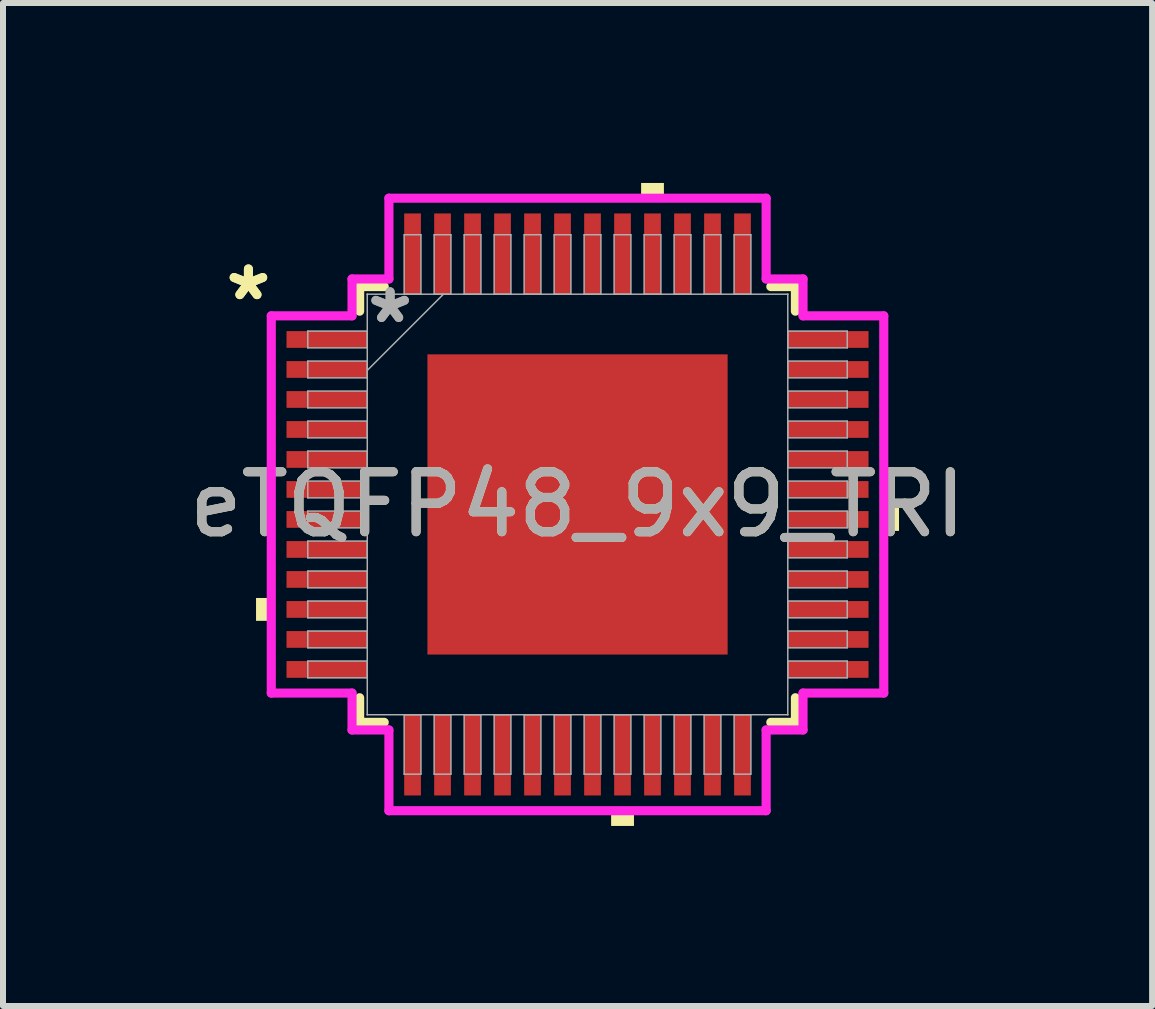
<source format=kicad_pcb>
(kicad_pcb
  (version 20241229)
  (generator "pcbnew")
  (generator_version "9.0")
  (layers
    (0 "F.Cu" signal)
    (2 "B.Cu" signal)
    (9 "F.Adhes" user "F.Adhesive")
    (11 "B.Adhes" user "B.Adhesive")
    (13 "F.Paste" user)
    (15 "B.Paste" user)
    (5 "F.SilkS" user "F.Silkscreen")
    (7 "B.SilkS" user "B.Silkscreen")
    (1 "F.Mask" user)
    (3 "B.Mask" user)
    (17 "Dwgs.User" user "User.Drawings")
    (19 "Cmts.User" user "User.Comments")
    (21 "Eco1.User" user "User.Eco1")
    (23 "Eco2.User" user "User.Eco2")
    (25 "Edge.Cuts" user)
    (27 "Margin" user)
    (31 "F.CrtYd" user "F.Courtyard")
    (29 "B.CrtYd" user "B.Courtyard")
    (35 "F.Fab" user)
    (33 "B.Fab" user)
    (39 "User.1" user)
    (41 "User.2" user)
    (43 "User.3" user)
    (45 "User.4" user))
  (footprint "eTQFP48_9x9_TRI"
    (layer "F.Cu")
    (at 6.577 5.359)
    (property "Reference" "eTQFP48_9x9_TRI" (at 0 0 0) (unlocked yes) (layer "F.SilkS") (effects (font (size 1 1) (thickness 0.15))))
    (attr smd)
    (fp_line (start -3.632 -3.632) (end -3.632 -3.222) (stroke (width 0.152) (type solid)) (layer "F.SilkS"))
    (fp_line (start -3.632 3.222) (end -3.632 3.632) (stroke (width 0.152) (type solid)) (layer "F.SilkS"))
    (fp_line (start -3.632 3.632) (end -3.222 3.632) (stroke (width 0.152) (type solid)) (layer "F.SilkS"))
    (fp_line (start -3.222 -3.632) (end -3.632 -3.632) (stroke (width 0.152) (type solid)) (layer "F.SilkS"))
    (fp_line (start 3.222 3.632) (end 3.632 3.632) (stroke (width 0.152) (type solid)) (layer "F.SilkS"))
    (fp_line (start 3.632 -3.632) (end 3.222 -3.632) (stroke (width 0.152) (type solid)) (layer "F.SilkS"))
    (fp_line (start 3.632 -3.222) (end 3.632 -3.632) (stroke (width 0.152) (type solid)) (layer "F.SilkS"))
    (fp_line (start 3.632 3.632) (end 3.632 3.222) (stroke (width 0.152) (type solid)) (layer "F.SilkS"))
    (fp_poly (pts (xy -5.359 1.559) (xy -5.359 1.94) (xy -5.105 1.94) (xy -5.105 1.559)) (stroke (width 0) (type solid)) (fill yes) (layer "F.SilkS"))
    (fp_poly (pts (xy 0.56 5.105) (xy 0.56 5.359) (xy 0.941 5.359) (xy 0.941 5.105)) (stroke (width 0) (type solid)) (fill yes) (layer "F.SilkS"))
    (fp_poly (pts (xy 1.06 -5.105) (xy 1.06 -5.359) (xy 1.44 -5.359) (xy 1.44 -5.105)) (stroke (width 0) (type solid)) (fill yes) (layer "F.SilkS"))
    (fp_poly (pts (xy 5.359 0.059) (xy 5.359 0.441) (xy 5.105 0.441) (xy 5.105 0.059)) (stroke (width 0) (type solid)) (fill yes) (layer "F.SilkS"))
    (fp_poly (pts (xy -2.402 -2.402) (xy -2.402 -0.934) (xy -0.934 -0.934) (xy -0.934 -2.402)) (stroke (width 0) (type solid)) (fill yes) (layer "F.Paste"))
    (fp_poly (pts (xy -2.402 -0.734) (xy -2.402 0.734) (xy -0.934 0.734) (xy -0.934 -0.734)) (stroke (width 0) (type solid)) (fill yes) (layer "F.Paste"))
    (fp_poly (pts (xy -2.402 0.934) (xy -2.402 2.402) (xy -0.934 2.402) (xy -0.934 0.934)) (stroke (width 0) (type solid)) (fill yes) (layer "F.Paste"))
    (fp_poly (pts (xy -0.734 -2.402) (xy -0.734 -0.934) (xy 0.734 -0.934) (xy 0.734 -2.402)) (stroke (width 0) (type solid)) (fill yes) (layer "F.Paste"))
    (fp_poly (pts (xy -0.734 -0.734) (xy -0.734 0.734) (xy 0.734 0.734) (xy 0.734 -0.734)) (stroke (width 0) (type solid)) (fill yes) (layer "F.Paste"))
    (fp_poly (pts (xy -0.734 0.934) (xy -0.734 2.402) (xy 0.734 2.402) (xy 0.734 0.934)) (stroke (width 0) (type solid)) (fill yes) (layer "F.Paste"))
    (fp_poly (pts (xy 0.934 -2.402) (xy 0.934 -0.934) (xy 2.402 -0.934) (xy 2.402 -2.402)) (stroke (width 0) (type solid)) (fill yes) (layer "F.Paste"))
    (fp_poly (pts (xy 0.934 -0.734) (xy 0.934 0.734) (xy 2.402 0.734) (xy 2.402 -0.734)) (stroke (width 0) (type solid)) (fill yes) (layer "F.Paste"))
    (fp_poly (pts (xy 0.934 0.934) (xy 0.934 2.402) (xy 2.402 2.402) (xy 2.402 0.934)) (stroke (width 0) (type solid)) (fill yes) (layer "F.Paste"))
    (fp_line (start -5.105 -3.144) (end -3.759 -3.144) (stroke (width 0.152) (type solid)) (layer "F.CrtYd"))
    (fp_line (start -5.105 3.144) (end -5.105 -3.144) (stroke (width 0.152) (type solid)) (layer "F.CrtYd"))
    (fp_line (start -3.759 -3.759) (end -3.144 -3.759) (stroke (width 0.152) (type solid)) (layer "F.CrtYd"))
    (fp_line (start -3.759 -3.144) (end -3.759 -3.759) (stroke (width 0.152) (type solid)) (layer "F.CrtYd"))
    (fp_line (start -3.759 3.144) (end -5.105 3.144) (stroke (width 0.152) (type solid)) (layer "F.CrtYd"))
    (fp_line (start -3.759 3.759) (end -3.759 3.144) (stroke (width 0.152) (type solid)) (layer "F.CrtYd"))
    (fp_line (start -3.759 3.759) (end -3.144 3.759) (stroke (width 0.152) (type solid)) (layer "F.CrtYd"))
    (fp_line (start -3.144 -5.105) (end 3.144 -5.105) (stroke (width 0.152) (type solid)) (layer "F.CrtYd"))
    (fp_line (start -3.144 -3.759) (end -3.144 -5.105) (stroke (width 0.152) (type solid)) (layer "F.CrtYd"))
    (fp_line (start -3.144 3.759) (end -3.144 5.105) (stroke (width 0.152) (type solid)) (layer "F.CrtYd"))
    (fp_line (start -3.144 5.105) (end 3.144 5.105) (stroke (width 0.152) (type solid)) (layer "F.CrtYd"))
    (fp_line (start 3.144 -5.105) (end 3.144 -3.759) (stroke (width 0.152) (type solid)) (layer "F.CrtYd"))
    (fp_line (start 3.144 -3.759) (end 3.759 -3.759) (stroke (width 0.152) (type solid)) (layer "F.CrtYd"))
    (fp_line (start 3.144 3.759) (end 3.759 3.759) (stroke (width 0.152) (type solid)) (layer "F.CrtYd"))
    (fp_line (start 3.144 5.105) (end 3.144 3.759) (stroke (width 0.152) (type solid)) (layer "F.CrtYd"))
    (fp_line (start 3.759 -3.144) (end 3.759 -3.759) (stroke (width 0.152) (type solid)) (layer "F.CrtYd"))
    (fp_line (start 3.759 3.144) (end 5.105 3.144) (stroke (width 0.152) (type solid)) (layer "F.CrtYd"))
    (fp_line (start 3.759 3.759) (end 3.759 3.144) (stroke (width 0.152) (type solid)) (layer "F.CrtYd"))
    (fp_line (start 5.105 -3.144) (end 3.759 -3.144) (stroke (width 0.152) (type solid)) (layer "F.CrtYd"))
    (fp_line (start 5.105 3.144) (end 5.105 -3.144) (stroke (width 0.152) (type solid)) (layer "F.CrtYd"))
    (fp_line (start -4.496 -2.89) (end -4.496 -2.61) (stroke (width 0.025) (type solid)) (layer "F.Fab"))
    (fp_line (start -4.496 -2.61) (end -3.505 -2.61) (stroke (width 0.025) (type solid)) (layer "F.Fab"))
    (fp_line (start -4.496 -2.39) (end -4.496 -2.11) (stroke (width 0.025) (type solid)) (layer "F.Fab"))
    (fp_line (start -4.496 -2.11) (end -3.505 -2.11) (stroke (width 0.025) (type solid)) (layer "F.Fab"))
    (fp_line (start -4.496 -1.89) (end -4.496 -1.61) (stroke (width 0.025) (type solid)) (layer "F.Fab"))
    (fp_line (start -4.496 -1.61) (end -3.505 -1.61) (stroke (width 0.025) (type solid)) (layer "F.Fab"))
    (fp_line (start -4.496 -1.39) (end -4.496 -1.11) (stroke (width 0.025) (type solid)) (layer "F.Fab"))
    (fp_line (start -4.496 -1.11) (end -3.505 -1.11) (stroke (width 0.025) (type solid)) (layer "F.Fab"))
    (fp_line (start -4.496 -0.89) (end -4.496 -0.61) (stroke (width 0.025) (type solid)) (layer "F.Fab"))
    (fp_line (start -4.496 -0.61) (end -3.505 -0.61) (stroke (width 0.025) (type solid)) (layer "F.Fab"))
    (fp_line (start -4.496 -0.39) (end -4.496 -0.11) (stroke (width 0.025) (type solid)) (layer "F.Fab"))
    (fp_line (start -4.496 -0.11) (end -3.505 -0.11) (stroke (width 0.025) (type solid)) (layer "F.Fab"))
    (fp_line (start -4.496 0.11) (end -4.496 0.39) (stroke (width 0.025) (type solid)) (layer "F.Fab"))
    (fp_line (start -4.496 0.39) (end -3.505 0.39) (stroke (width 0.025) (type solid)) (layer "F.Fab"))
    (fp_line (start -4.496 0.61) (end -4.496 0.89) (stroke (width 0.025) (type solid)) (layer "F.Fab"))
    (fp_line (start -4.496 0.89) (end -3.505 0.89) (stroke (width 0.025) (type solid)) (layer "F.Fab"))
    (fp_line (start -4.496 1.11) (end -4.496 1.39) (stroke (width 0.025) (type solid)) (layer "F.Fab"))
    (fp_line (start -4.496 1.39) (end -3.505 1.39) (stroke (width 0.025) (type solid)) (layer "F.Fab"))
    (fp_line (start -4.496 1.61) (end -4.496 1.89) (stroke (width 0.025) (type solid)) (layer "F.Fab"))
    (fp_line (start -4.496 1.89) (end -3.505 1.89) (stroke (width 0.025) (type solid)) (layer "F.Fab"))
    (fp_line (start -4.496 2.11) (end -4.496 2.39) (stroke (width 0.025) (type solid)) (layer "F.Fab"))
    (fp_line (start -4.496 2.39) (end -3.505 2.39) (stroke (width 0.025) (type solid)) (layer "F.Fab"))
    (fp_line (start -4.496 2.61) (end -4.496 2.89) (stroke (width 0.025) (type solid)) (layer "F.Fab"))
    (fp_line (start -4.496 2.89) (end -3.505 2.89) (stroke (width 0.025) (type solid)) (layer "F.Fab"))
    (fp_line (start -3.505 -3.505) (end -3.505 -3.505) (stroke (width 0.025) (type solid)) (layer "F.Fab"))
    (fp_line (start -3.505 -3.505) (end -3.505 3.505) (stroke (width 0.025) (type solid)) (layer "F.Fab"))
    (fp_line (start -3.505 -2.89) (end -4.496 -2.89) (stroke (width 0.025) (type solid)) (layer "F.Fab"))
    (fp_line (start -3.505 -2.61) (end -3.505 -2.89) (stroke (width 0.025) (type solid)) (layer "F.Fab"))
    (fp_line (start -3.505 -2.39) (end -4.496 -2.39) (stroke (width 0.025) (type solid)) (layer "F.Fab"))
    (fp_line (start -3.505 -2.235) (end -2.235 -3.505) (stroke (width 0.025) (type solid)) (layer "F.Fab"))
    (fp_line (start -3.505 -2.11) (end -3.505 -2.39) (stroke (width 0.025) (type solid)) (layer "F.Fab"))
    (fp_line (start -3.505 -1.89) (end -4.496 -1.89) (stroke (width 0.025) (type solid)) (layer "F.Fab"))
    (fp_line (start -3.505 -1.61) (end -3.505 -1.89) (stroke (width 0.025) (type solid)) (layer "F.Fab"))
    (fp_line (start -3.505 -1.39) (end -4.496 -1.39) (stroke (width 0.025) (type solid)) (layer "F.Fab"))
    (fp_line (start -3.505 -1.11) (end -3.505 -1.39) (stroke (width 0.025) (type solid)) (layer "F.Fab"))
    (fp_line (start -3.505 -0.89) (end -4.496 -0.89) (stroke (width 0.025) (type solid)) (layer "F.Fab"))
    (fp_line (start -3.505 -0.61) (end -3.505 -0.89) (stroke (width 0.025) (type solid)) (layer "F.Fab"))
    (fp_line (start -3.505 -0.39) (end -4.496 -0.39) (stroke (width 0.025) (type solid)) (layer "F.Fab"))
    (fp_line (start -3.505 -0.11) (end -3.505 -0.39) (stroke (width 0.025) (type solid)) (layer "F.Fab"))
    (fp_line (start -3.505 0.11) (end -4.496 0.11) (stroke (width 0.025) (type solid)) (layer "F.Fab"))
    (fp_line (start -3.505 0.39) (end -3.505 0.11) (stroke (width 0.025) (type solid)) (layer "F.Fab"))
    (fp_line (start -3.505 0.61) (end -4.496 0.61) (stroke (width 0.025) (type solid)) (layer "F.Fab"))
    (fp_line (start -3.505 0.89) (end -3.505 0.61) (stroke (width 0.025) (type solid)) (layer "F.Fab"))
    (fp_line (start -3.505 1.11) (end -4.496 1.11) (stroke (width 0.025) (type solid)) (layer "F.Fab"))
    (fp_line (start -3.505 1.39) (end -3.505 1.11) (stroke (width 0.025) (type solid)) (layer "F.Fab"))
    (fp_line (start -3.505 1.61) (end -4.496 1.61) (stroke (width 0.025) (type solid)) (layer "F.Fab"))
    (fp_line (start -3.505 1.89) (end -3.505 1.61) (stroke (width 0.025) (type solid)) (layer "F.Fab"))
    (fp_line (start -3.505 2.11) (end -4.496 2.11) (stroke (width 0.025) (type solid)) (layer "F.Fab"))
    (fp_line (start -3.505 2.39) (end -3.505 2.11) (stroke (width 0.025) (type solid)) (layer "F.Fab"))
    (fp_line (start -3.505 2.61) (end -4.496 2.61) (stroke (width 0.025) (type solid)) (layer "F.Fab"))
    (fp_line (start -3.505 2.89) (end -3.505 2.61) (stroke (width 0.025) (type solid)) (layer "F.Fab"))
    (fp_line (start -3.505 3.505) (end -3.505 3.505) (stroke (width 0.025) (type solid)) (layer "F.Fab"))
    (fp_line (start -3.505 3.505) (end 3.505 3.505) (stroke (width 0.025) (type solid)) (layer "F.Fab"))
    (fp_line (start -2.89 -4.496) (end -2.89 -3.505) (stroke (width 0.025) (type solid)) (layer "F.Fab"))
    (fp_line (start -2.89 -3.505) (end -2.61 -3.505) (stroke (width 0.025) (type solid)) (layer "F.Fab"))
    (fp_line (start -2.89 3.505) (end -2.89 4.496) (stroke (width 0.025) (type solid)) (layer "F.Fab"))
    (fp_line (start -2.89 4.496) (end -2.61 4.496) (stroke (width 0.025) (type solid)) (layer "F.Fab"))
    (fp_line (start -2.61 -4.496) (end -2.89 -4.496) (stroke (width 0.025) (type solid)) (layer "F.Fab"))
    (fp_line (start -2.61 -3.505) (end -2.61 -4.496) (stroke (width 0.025) (type solid)) (layer "F.Fab"))
    (fp_line (start -2.61 3.505) (end -2.89 3.505) (stroke (width 0.025) (type solid)) (layer "F.Fab"))
    (fp_line (start -2.61 4.496) (end -2.61 3.505) (stroke (width 0.025) (type solid)) (layer "F.Fab"))
    (fp_line (start -2.39 -4.496) (end -2.39 -3.505) (stroke (width 0.025) (type solid)) (layer "F.Fab"))
    (fp_line (start -2.39 -3.505) (end -2.11 -3.505) (stroke (width 0.025) (type solid)) (layer "F.Fab"))
    (fp_line (start -2.39 3.505) (end -2.39 4.496) (stroke (width 0.025) (type solid)) (layer "F.Fab"))
    (fp_line (start -2.39 4.496) (end -2.11 4.496) (stroke (width 0.025) (type solid)) (layer "F.Fab"))
    (fp_line (start -2.11 -4.496) (end -2.39 -4.496) (stroke (width 0.025) (type solid)) (layer "F.Fab"))
    (fp_line (start -2.11 -3.505) (end -2.11 -4.496) (stroke (width 0.025) (type solid)) (layer "F.Fab"))
    (fp_line (start -2.11 3.505) (end -2.39 3.505) (stroke (width 0.025) (type solid)) (layer "F.Fab"))
    (fp_line (start -2.11 4.496) (end -2.11 3.505) (stroke (width 0.025) (type solid)) (layer "F.Fab"))
    (fp_line (start -1.89 -4.496) (end -1.89 -3.505) (stroke (width 0.025) (type solid)) (layer "F.Fab"))
    (fp_line (start -1.89 -3.505) (end -1.61 -3.505) (stroke (width 0.025) (type solid)) (layer "F.Fab"))
    (fp_line (start -1.89 3.505) (end -1.89 4.496) (stroke (width 0.025) (type solid)) (layer "F.Fab"))
    (fp_line (start -1.89 4.496) (end -1.61 4.496) (stroke (width 0.025) (type solid)) (layer "F.Fab"))
    (fp_line (start -1.61 -4.496) (end -1.89 -4.496) (stroke (width 0.025) (type solid)) (layer "F.Fab"))
    (fp_line (start -1.61 -3.505) (end -1.61 -4.496) (stroke (width 0.025) (type solid)) (layer "F.Fab"))
    (fp_line (start -1.61 3.505) (end -1.89 3.505) (stroke (width 0.025) (type solid)) (layer "F.Fab"))
    (fp_line (start -1.61 4.496) (end -1.61 3.505) (stroke (width 0.025) (type solid)) (layer "F.Fab"))
    (fp_line (start -1.39 -4.496) (end -1.39 -3.505) (stroke (width 0.025) (type solid)) (layer "F.Fab"))
    (fp_line (start -1.39 -3.505) (end -1.11 -3.505) (stroke (width 0.025) (type solid)) (layer "F.Fab"))
    (fp_line (start -1.39 3.505) (end -1.39 4.496) (stroke (width 0.025) (type solid)) (layer "F.Fab"))
    (fp_line (start -1.39 4.496) (end -1.11 4.496) (stroke (width 0.025) (type solid)) (layer "F.Fab"))
    (fp_line (start -1.11 -4.496) (end -1.39 -4.496) (stroke (width 0.025) (type solid)) (layer "F.Fab"))
    (fp_line (start -1.11 -3.505) (end -1.11 -4.496) (stroke (width 0.025) (type solid)) (layer "F.Fab"))
    (fp_line (start -1.11 3.505) (end -1.39 3.505) (stroke (width 0.025) (type solid)) (layer "F.Fab"))
    (fp_line (start -1.11 4.496) (end -1.11 3.505) (stroke (width 0.025) (type solid)) (layer "F.Fab"))
    (fp_line (start -0.89 -4.496) (end -0.89 -3.505) (stroke (width 0.025) (type solid)) (layer "F.Fab"))
    (fp_line (start -0.89 -3.505) (end -0.61 -3.505) (stroke (width 0.025) (type solid)) (layer "F.Fab"))
    (fp_line (start -0.89 3.505) (end -0.89 4.496) (stroke (width 0.025) (type solid)) (layer "F.Fab"))
    (fp_line (start -0.89 4.496) (end -0.61 4.496) (stroke (width 0.025) (type solid)) (layer "F.Fab"))
    (fp_line (start -0.61 -4.496) (end -0.89 -4.496) (stroke (width 0.025) (type solid)) (layer "F.Fab"))
    (fp_line (start -0.61 -3.505) (end -0.61 -4.496) (stroke (width 0.025) (type solid)) (layer "F.Fab"))
    (fp_line (start -0.61 3.505) (end -0.89 3.505) (stroke (width 0.025) (type solid)) (layer "F.Fab"))
    (fp_line (start -0.61 4.496) (end -0.61 3.505) (stroke (width 0.025) (type solid)) (layer "F.Fab"))
    (fp_line (start -0.39 -4.496) (end -0.39 -3.505) (stroke (width 0.025) (type solid)) (layer "F.Fab"))
    (fp_line (start -0.39 -3.505) (end -0.11 -3.505) (stroke (width 0.025) (type solid)) (layer "F.Fab"))
    (fp_line (start -0.39 3.505) (end -0.39 4.496) (stroke (width 0.025) (type solid)) (layer "F.Fab"))
    (fp_line (start -0.39 4.496) (end -0.11 4.496) (stroke (width 0.025) (type solid)) (layer "F.Fab"))
    (fp_line (start -0.11 -4.496) (end -0.39 -4.496) (stroke (width 0.025) (type solid)) (layer "F.Fab"))
    (fp_line (start -0.11 -3.505) (end -0.11 -4.496) (stroke (width 0.025) (type solid)) (layer "F.Fab"))
    (fp_line (start -0.11 3.505) (end -0.39 3.505) (stroke (width 0.025) (type solid)) (layer "F.Fab"))
    (fp_line (start -0.11 4.496) (end -0.11 3.505) (stroke (width 0.025) (type solid)) (layer "F.Fab"))
    (fp_line (start 0.11 -4.496) (end 0.11 -3.505) (stroke (width 0.025) (type solid)) (layer "F.Fab"))
    (fp_line (start 0.11 -3.505) (end 0.39 -3.505) (stroke (width 0.025) (type solid)) (layer "F.Fab"))
    (fp_line (start 0.11 3.505) (end 0.11 4.496) (stroke (width 0.025) (type solid)) (layer "F.Fab"))
    (fp_line (start 0.11 4.496) (end 0.39 4.496) (stroke (width 0.025) (type solid)) (layer "F.Fab"))
    (fp_line (start 0.39 -4.496) (end 0.11 -4.496) (stroke (width 0.025) (type solid)) (layer "F.Fab"))
    (fp_line (start 0.39 -3.505) (end 0.39 -4.496) (stroke (width 0.025) (type solid)) (layer "F.Fab"))
    (fp_line (start 0.39 3.505) (end 0.11 3.505) (stroke (width 0.025) (type solid)) (layer "F.Fab"))
    (fp_line (start 0.39 4.496) (end 0.39 3.505) (stroke (width 0.025) (type solid)) (layer "F.Fab"))
    (fp_line (start 0.61 -4.496) (end 0.61 -3.505) (stroke (width 0.025) (type solid)) (layer "F.Fab"))
    (fp_line (start 0.61 -3.505) (end 0.89 -3.505) (stroke (width 0.025) (type solid)) (layer "F.Fab"))
    (fp_line (start 0.61 3.505) (end 0.61 4.496) (stroke (width 0.025) (type solid)) (layer "F.Fab"))
    (fp_line (start 0.61 4.496) (end 0.89 4.496) (stroke (width 0.025) (type solid)) (layer "F.Fab"))
    (fp_line (start 0.89 -4.496) (end 0.61 -4.496) (stroke (width 0.025) (type solid)) (layer "F.Fab"))
    (fp_line (start 0.89 -3.505) (end 0.89 -4.496) (stroke (width 0.025) (type solid)) (layer "F.Fab"))
    (fp_line (start 0.89 3.505) (end 0.61 3.505) (stroke (width 0.025) (type solid)) (layer "F.Fab"))
    (fp_line (start 0.89 4.496) (end 0.89 3.505) (stroke (width 0.025) (type solid)) (layer "F.Fab"))
    (fp_line (start 1.11 -4.496) (end 1.11 -3.505) (stroke (width 0.025) (type solid)) (layer "F.Fab"))
    (fp_line (start 1.11 -3.505) (end 1.39 -3.505) (stroke (width 0.025) (type solid)) (layer "F.Fab"))
    (fp_line (start 1.11 3.505) (end 1.11 4.496) (stroke (width 0.025) (type solid)) (layer "F.Fab"))
    (fp_line (start 1.11 4.496) (end 1.39 4.496) (stroke (width 0.025) (type solid)) (layer "F.Fab"))
    (fp_line (start 1.39 -4.496) (end 1.11 -4.496) (stroke (width 0.025) (type solid)) (layer "F.Fab"))
    (fp_line (start 1.39 -3.505) (end 1.39 -4.496) (stroke (width 0.025) (type solid)) (layer "F.Fab"))
    (fp_line (start 1.39 3.505) (end 1.11 3.505) (stroke (width 0.025) (type solid)) (layer "F.Fab"))
    (fp_line (start 1.39 4.496) (end 1.39 3.505) (stroke (width 0.025) (type solid)) (layer "F.Fab"))
    (fp_line (start 1.61 -4.496) (end 1.61 -3.505) (stroke (width 0.025) (type solid)) (layer "F.Fab"))
    (fp_line (start 1.61 -3.505) (end 1.89 -3.505) (stroke (width 0.025) (type solid)) (layer "F.Fab"))
    (fp_line (start 1.61 3.505) (end 1.61 4.496) (stroke (width 0.025) (type solid)) (layer "F.Fab"))
    (fp_line (start 1.61 4.496) (end 1.89 4.496) (stroke (width 0.025) (type solid)) (layer "F.Fab"))
    (fp_line (start 1.89 -4.496) (end 1.61 -4.496) (stroke (width 0.025) (type solid)) (layer "F.Fab"))
    (fp_line (start 1.89 -3.505) (end 1.89 -4.496) (stroke (width 0.025) (type solid)) (layer "F.Fab"))
    (fp_line (start 1.89 3.505) (end 1.61 3.505) (stroke (width 0.025) (type solid)) (layer "F.Fab"))
    (fp_line (start 1.89 4.496) (end 1.89 3.505) (stroke (width 0.025) (type solid)) (layer "F.Fab"))
    (fp_line (start 2.11 -4.496) (end 2.11 -3.505) (stroke (width 0.025) (type solid)) (layer "F.Fab"))
    (fp_line (start 2.11 -3.505) (end 2.39 -3.505) (stroke (width 0.025) (type solid)) (layer "F.Fab"))
    (fp_line (start 2.11 3.505) (end 2.11 4.496) (stroke (width 0.025) (type solid)) (layer "F.Fab"))
    (fp_line (start 2.11 4.496) (end 2.39 4.496) (stroke (width 0.025) (type solid)) (layer "F.Fab"))
    (fp_line (start 2.39 -4.496) (end 2.11 -4.496) (stroke (width 0.025) (type solid)) (layer "F.Fab"))
    (fp_line (start 2.39 -3.505) (end 2.39 -4.496) (stroke (width 0.025) (type solid)) (layer "F.Fab"))
    (fp_line (start 2.39 3.505) (end 2.11 3.505) (stroke (width 0.025) (type solid)) (layer "F.Fab"))
    (fp_line (start 2.39 4.496) (end 2.39 3.505) (stroke (width 0.025) (type solid)) (layer "F.Fab"))
    (fp_line (start 2.61 -4.496) (end 2.61 -3.505) (stroke (width 0.025) (type solid)) (layer "F.Fab"))
    (fp_line (start 2.61 -3.505) (end 2.89 -3.505) (stroke (width 0.025) (type solid)) (layer "F.Fab"))
    (fp_line (start 2.61 3.505) (end 2.61 4.496) (stroke (width 0.025) (type solid)) (layer "F.Fab"))
    (fp_line (start 2.61 4.496) (end 2.89 4.496) (stroke (width 0.025) (type solid)) (layer "F.Fab"))
    (fp_line (start 2.89 -4.496) (end 2.61 -4.496) (stroke (width 0.025) (type solid)) (layer "F.Fab"))
    (fp_line (start 2.89 -3.505) (end 2.89 -4.496) (stroke (width 0.025) (type solid)) (layer "F.Fab"))
    (fp_line (start 2.89 3.505) (end 2.61 3.505) (stroke (width 0.025) (type solid)) (layer "F.Fab"))
    (fp_line (start 2.89 4.496) (end 2.89 3.505) (stroke (width 0.025) (type solid)) (layer "F.Fab"))
    (fp_line (start 3.505 -3.505) (end -3.505 -3.505) (stroke (width 0.025) (type solid)) (layer "F.Fab"))
    (fp_line (start 3.505 -3.505) (end 3.505 -3.505) (stroke (width 0.025) (type solid)) (layer "F.Fab"))
    (fp_line (start 3.505 -2.89) (end 3.505 -2.61) (stroke (width 0.025) (type solid)) (layer "F.Fab"))
    (fp_line (start 3.505 -2.61) (end 4.496 -2.61) (stroke (width 0.025) (type solid)) (layer "F.Fab"))
    (fp_line (start 3.505 -2.39) (end 3.505 -2.11) (stroke (width 0.025) (type solid)) (layer "F.Fab"))
    (fp_line (start 3.505 -2.11) (end 4.496 -2.11) (stroke (width 0.025) (type solid)) (layer "F.Fab"))
    (fp_line (start 3.505 -1.89) (end 3.505 -1.61) (stroke (width 0.025) (type solid)) (layer "F.Fab"))
    (fp_line (start 3.505 -1.61) (end 4.496 -1.61) (stroke (width 0.025) (type solid)) (layer "F.Fab"))
    (fp_line (start 3.505 -1.39) (end 3.505 -1.11) (stroke (width 0.025) (type solid)) (layer "F.Fab"))
    (fp_line (start 3.505 -1.11) (end 4.496 -1.11) (stroke (width 0.025) (type solid)) (layer "F.Fab"))
    (fp_line (start 3.505 -0.89) (end 3.505 -0.61) (stroke (width 0.025) (type solid)) (layer "F.Fab"))
    (fp_line (start 3.505 -0.61) (end 4.496 -0.61) (stroke (width 0.025) (type solid)) (layer "F.Fab"))
    (fp_line (start 3.505 -0.39) (end 3.505 -0.11) (stroke (width 0.025) (type solid)) (layer "F.Fab"))
    (fp_line (start 3.505 -0.11) (end 4.496 -0.11) (stroke (width 0.025) (type solid)) (layer "F.Fab"))
    (fp_line (start 3.505 0.11) (end 3.505 0.39) (stroke (width 0.025) (type solid)) (layer "F.Fab"))
    (fp_line (start 3.505 0.39) (end 4.496 0.39) (stroke (width 0.025) (type solid)) (layer "F.Fab"))
    (fp_line (start 3.505 0.61) (end 3.505 0.89) (stroke (width 0.025) (type solid)) (layer "F.Fab"))
    (fp_line (start 3.505 0.89) (end 4.496 0.89) (stroke (width 0.025) (type solid)) (layer "F.Fab"))
    (fp_line (start 3.505 1.11) (end 3.505 1.39) (stroke (width 0.025) (type solid)) (layer "F.Fab"))
    (fp_line (start 3.505 1.39) (end 4.496 1.39) (stroke (width 0.025) (type solid)) (layer "F.Fab"))
    (fp_line (start 3.505 1.61) (end 3.505 1.89) (stroke (width 0.025) (type solid)) (layer "F.Fab"))
    (fp_line (start 3.505 1.89) (end 4.496 1.89) (stroke (width 0.025) (type solid)) (layer "F.Fab"))
    (fp_line (start 3.505 2.11) (end 3.505 2.39) (stroke (width 0.025) (type solid)) (layer "F.Fab"))
    (fp_line (start 3.505 2.39) (end 4.496 2.39) (stroke (width 0.025) (type solid)) (layer "F.Fab"))
    (fp_line (start 3.505 2.61) (end 3.505 2.89) (stroke (width 0.025) (type solid)) (layer "F.Fab"))
    (fp_line (start 3.505 2.89) (end 4.496 2.89) (stroke (width 0.025) (type solid)) (layer "F.Fab"))
    (fp_line (start 3.505 3.505) (end 3.505 -3.505) (stroke (width 0.025) (type solid)) (layer "F.Fab"))
    (fp_line (start 3.505 3.505) (end 3.505 3.505) (stroke (width 0.025) (type solid)) (layer "F.Fab"))
    (fp_line (start 4.496 -2.89) (end 3.505 -2.89) (stroke (width 0.025) (type solid)) (layer "F.Fab"))
    (fp_line (start 4.496 -2.61) (end 4.496 -2.89) (stroke (width 0.025) (type solid)) (layer "F.Fab"))
    (fp_line (start 4.496 -2.39) (end 3.505 -2.39) (stroke (width 0.025) (type solid)) (layer "F.Fab"))
    (fp_line (start 4.496 -2.11) (end 4.496 -2.39) (stroke (width 0.025) (type solid)) (layer "F.Fab"))
    (fp_line (start 4.496 -1.89) (end 3.505 -1.89) (stroke (width 0.025) (type solid)) (layer "F.Fab"))
    (fp_line (start 4.496 -1.61) (end 4.496 -1.89) (stroke (width 0.025) (type solid)) (layer "F.Fab"))
    (fp_line (start 4.496 -1.39) (end 3.505 -1.39) (stroke (width 0.025) (type solid)) (layer "F.Fab"))
    (fp_line (start 4.496 -1.11) (end 4.496 -1.39) (stroke (width 0.025) (type solid)) (layer "F.Fab"))
    (fp_line (start 4.496 -0.89) (end 3.505 -0.89) (stroke (width 0.025) (type solid)) (layer "F.Fab"))
    (fp_line (start 4.496 -0.61) (end 4.496 -0.89) (stroke (width 0.025) (type solid)) (layer "F.Fab"))
    (fp_line (start 4.496 -0.39) (end 3.505 -0.39) (stroke (width 0.025) (type solid)) (layer "F.Fab"))
    (fp_line (start 4.496 -0.11) (end 4.496 -0.39) (stroke (width 0.025) (type solid)) (layer "F.Fab"))
    (fp_line (start 4.496 0.11) (end 3.505 0.11) (stroke (width 0.025) (type solid)) (layer "F.Fab"))
    (fp_line (start 4.496 0.39) (end 4.496 0.11) (stroke (width 0.025) (type solid)) (layer "F.Fab"))
    (fp_line (start 4.496 0.61) (end 3.505 0.61) (stroke (width 0.025) (type solid)) (layer "F.Fab"))
    (fp_line (start 4.496 0.89) (end 4.496 0.61) (stroke (width 0.025) (type solid)) (layer "F.Fab"))
    (fp_line (start 4.496 1.11) (end 3.505 1.11) (stroke (width 0.025) (type solid)) (layer "F.Fab"))
    (fp_line (start 4.496 1.39) (end 4.496 1.11) (stroke (width 0.025) (type solid)) (layer "F.Fab"))
    (fp_line (start 4.496 1.61) (end 3.505 1.61) (stroke (width 0.025) (type solid)) (layer "F.Fab"))
    (fp_line (start 4.496 1.89) (end 4.496 1.61) (stroke (width 0.025) (type solid)) (layer "F.Fab"))
    (fp_line (start 4.496 2.11) (end 3.505 2.11) (stroke (width 0.025) (type solid)) (layer "F.Fab"))
    (fp_line (start 4.496 2.39) (end 4.496 2.11) (stroke (width 0.025) (type solid)) (layer "F.Fab"))
    (fp_line (start 4.496 2.61) (end 3.505 2.61) (stroke (width 0.025) (type solid)) (layer "F.Fab"))
    (fp_line (start 4.496 2.89) (end 4.496 2.61) (stroke (width 0.025) (type solid)) (layer "F.Fab"))
    (fp_text user "*" (at -5.486 -3.381 0) (unlocked yes) (layer "F.SilkS") (effects (font (size 1 1) (thickness 0.15))))
    (fp_text user "*" (at -5.486 -3.381 0) (layer "F.SilkS") (effects (font (size 1 1) (thickness 0.15))))
    (fp_text user "*" (at -3.124 -3 0) (layer "F.Fab") (effects (font (size 1 1) (thickness 0.15))))
    (fp_text user "${REFERENCE}" (at 0 0 0) (unlocked yes) (layer "F.Fab") (effects (font (size 1 1) (thickness 0.15))))
    (fp_text user "*" (at -3.124 -3 0) (unlocked yes) (layer "F.Fab") (effects (font (size 1 1) (thickness 0.15))))
    (pad "1" smd rect (at -4.178 -2.75 90) (size 0.279 1.346) (layers "F.Cu" "F.Mask" "F.Paste"))
    (pad "2" smd rect (at -4.178 -2.25 90) (size 0.279 1.346) (layers "F.Cu" "F.Mask" "F.Paste"))
    (pad "3" smd rect (at -4.178 -1.75 90) (size 0.279 1.346) (layers "F.Cu" "F.Mask" "F.Paste"))
    (pad "4" smd rect (at -4.178 -1.25 90) (size 0.279 1.346) (layers "F.Cu" "F.Mask" "F.Paste"))
    (pad "5" smd rect (at -4.178 -0.75 90) (size 0.279 1.346) (layers "F.Cu" "F.Mask" "F.Paste"))
    (pad "6" smd rect (at -4.178 -0.25 90) (size 0.279 1.346) (layers "F.Cu" "F.Mask" "F.Paste"))
    (pad "7" smd rect (at -4.178 0.25 90) (size 0.279 1.346) (layers "F.Cu" "F.Mask" "F.Paste"))
    (pad "8" smd rect (at -4.178 0.75 90) (size 0.279 1.346) (layers "F.Cu" "F.Mask" "F.Paste"))
    (pad "9" smd rect (at -4.178 1.25 90) (size 0.279 1.346) (layers "F.Cu" "F.Mask" "F.Paste"))
    (pad "10" smd rect (at -4.178 1.75 90) (size 0.279 1.346) (layers "F.Cu" "F.Mask" "F.Paste"))
    (pad "11" smd rect (at -4.178 2.25 90) (size 0.279 1.346) (layers "F.Cu" "F.Mask" "F.Paste"))
    (pad "12" smd rect (at -4.178 2.75 90) (size 0.279 1.346) (layers "F.Cu" "F.Mask" "F.Paste"))
    (pad "13" smd rect (at -2.75 4.178) (size 0.279 1.346) (layers "F.Cu" "F.Mask" "F.Paste"))
    (pad "14" smd rect (at -2.25 4.178) (size 0.279 1.346) (layers "F.Cu" "F.Mask" "F.Paste"))
    (pad "15" smd rect (at -1.75 4.178) (size 0.279 1.346) (layers "F.Cu" "F.Mask" "F.Paste"))
    (pad "16" smd rect (at -1.25 4.178) (size 0.279 1.346) (layers "F.Cu" "F.Mask" "F.Paste"))
    (pad "17" smd rect (at -0.75 4.178) (size 0.279 1.346) (layers "F.Cu" "F.Mask" "F.Paste"))
    (pad "18" smd rect (at -0.25 4.178) (size 0.279 1.346) (layers "F.Cu" "F.Mask" "F.Paste"))
    (pad "19" smd rect (at 0.25 4.178) (size 0.279 1.346) (layers "F.Cu" "F.Mask" "F.Paste"))
    (pad "20" smd rect (at 0.75 4.178) (size 0.279 1.346) (layers "F.Cu" "F.Mask" "F.Paste"))
    (pad "21" smd rect (at 1.25 4.178) (size 0.279 1.346) (layers "F.Cu" "F.Mask" "F.Paste"))
    (pad "22" smd rect (at 1.75 4.178) (size 0.279 1.346) (layers "F.Cu" "F.Mask" "F.Paste"))
    (pad "23" smd rect (at 2.25 4.178) (size 0.279 1.346) (layers "F.Cu" "F.Mask" "F.Paste"))
    (pad "24" smd rect (at 2.75 4.178) (size 0.279 1.346) (layers "F.Cu" "F.Mask" "F.Paste"))
    (pad "25" smd rect (at 4.178 2.75 90) (size 0.279 1.346) (layers "F.Cu" "F.Mask" "F.Paste"))
    (pad "26" smd rect (at 4.178 2.25 90) (size 0.279 1.346) (layers "F.Cu" "F.Mask" "F.Paste"))
    (pad "27" smd rect (at 4.178 1.75 90) (size 0.279 1.346) (layers "F.Cu" "F.Mask" "F.Paste"))
    (pad "28" smd rect (at 4.178 1.25 90) (size 0.279 1.346) (layers "F.Cu" "F.Mask" "F.Paste"))
    (pad "29" smd rect (at 4.178 0.75 90) (size 0.279 1.346) (layers "F.Cu" "F.Mask" "F.Paste"))
    (pad "30" smd rect (at 4.178 0.25 90) (size 0.279 1.346) (layers "F.Cu" "F.Mask" "F.Paste"))
    (pad "31" smd rect (at 4.178 -0.25 90) (size 0.279 1.346) (layers "F.Cu" "F.Mask" "F.Paste"))
    (pad "32" smd rect (at 4.178 -0.75 90) (size 0.279 1.346) (layers "F.Cu" "F.Mask" "F.Paste"))
    (pad "33" smd rect (at 4.178 -1.25 90) (size 0.279 1.346) (layers "F.Cu" "F.Mask" "F.Paste"))
    (pad "34" smd rect (at 4.178 -1.75 90) (size 0.279 1.346) (layers "F.Cu" "F.Mask" "F.Paste"))
    (pad "35" smd rect (at 4.178 -2.25 90) (size 0.279 1.346) (layers "F.Cu" "F.Mask" "F.Paste"))
    (pad "36" smd rect (at 4.178 -2.75 90) (size 0.279 1.346) (layers "F.Cu" "F.Mask" "F.Paste"))
    (pad "37" smd rect (at 2.75 -4.178) (size 0.279 1.346) (layers "F.Cu" "F.Mask" "F.Paste"))
    (pad "38" smd rect (at 2.25 -4.178) (size 0.279 1.346) (layers "F.Cu" "F.Mask" "F.Paste"))
    (pad "39" smd rect (at 1.75 -4.178) (size 0.279 1.346) (layers "F.Cu" "F.Mask" "F.Paste"))
    (pad "40" smd rect (at 1.25 -4.178) (size 0.279 1.346) (layers "F.Cu" "F.Mask" "F.Paste"))
    (pad "41" smd rect (at 0.75 -4.178) (size 0.279 1.346) (layers "F.Cu" "F.Mask" "F.Paste"))
    (pad "42" smd rect (at 0.25 -4.178) (size 0.279 1.346) (layers "F.Cu" "F.Mask" "F.Paste"))
    (pad "43" smd rect (at -0.25 -4.178) (size 0.279 1.346) (layers "F.Cu" "F.Mask" "F.Paste"))
    (pad "44" smd rect (at -0.75 -4.178) (size 0.279 1.346) (layers "F.Cu" "F.Mask" "F.Paste"))
    (pad "45" smd rect (at -1.25 -4.178) (size 0.279 1.346) (layers "F.Cu" "F.Mask" "F.Paste"))
    (pad "46" smd rect (at -1.75 -4.178) (size 0.279 1.346) (layers "F.Cu" "F.Mask" "F.Paste"))
    (pad "47" smd rect (at -2.25 -4.178) (size 0.279 1.346) (layers "F.Cu" "F.Mask" "F.Paste"))
    (pad "48" smd rect (at -2.75 -4.178) (size 0.279 1.346) (layers "F.Cu" "F.Mask" "F.Paste"))
    (pad "EPAD" smd rect (at 0 0) (size 5.004 5.004) (layers "F.Cu" "F.Mask")))
  (gr_rect
    (start -3 -3)
    (end 16.155 13.719)
    (stroke (width 0.1) (type default))
    (fill no)
    (layer "Edge.Cuts")))
</source>
